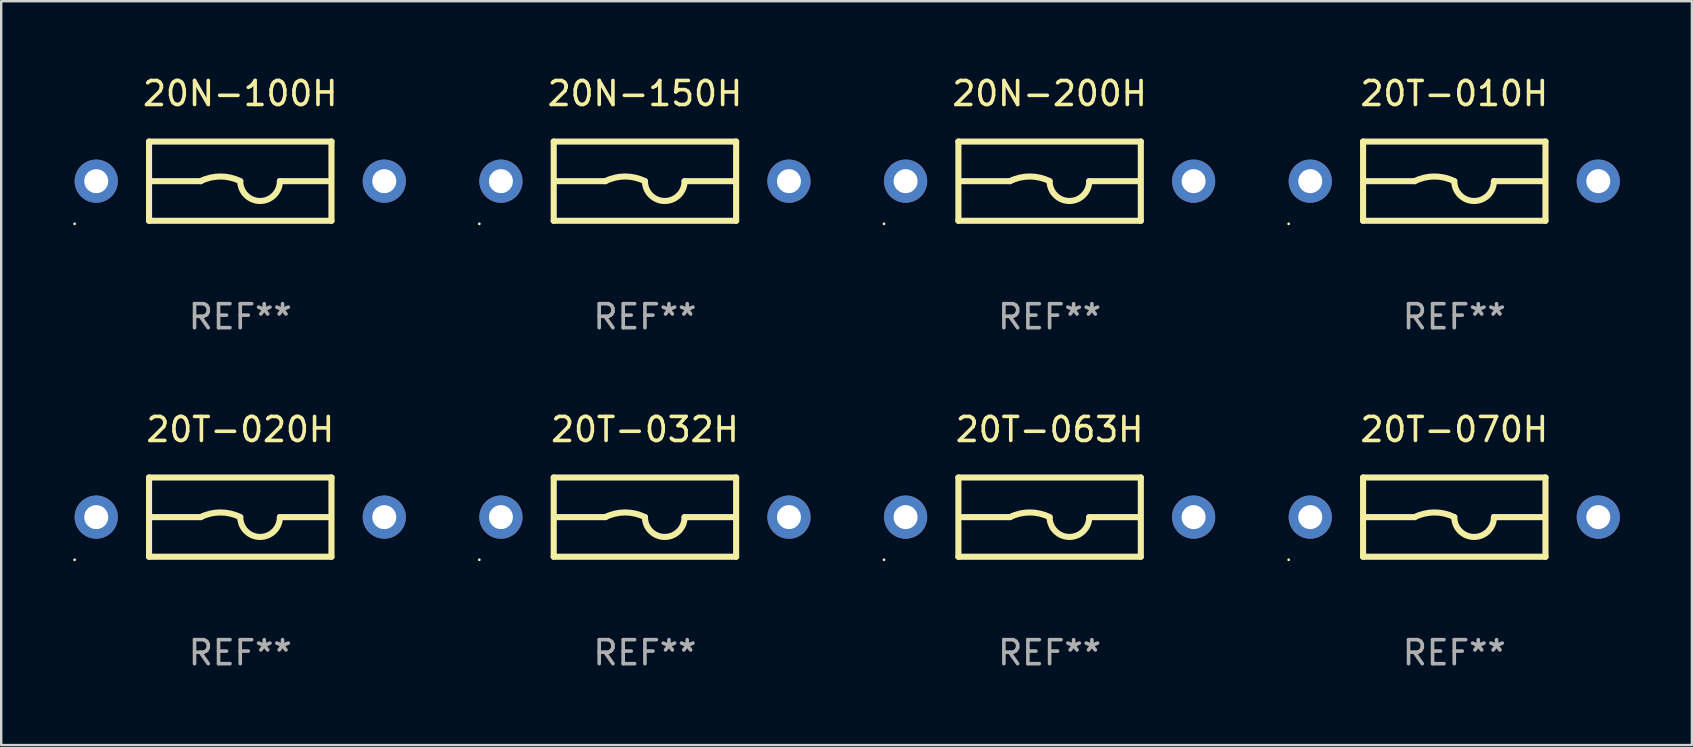
<source format=kicad_pcb>
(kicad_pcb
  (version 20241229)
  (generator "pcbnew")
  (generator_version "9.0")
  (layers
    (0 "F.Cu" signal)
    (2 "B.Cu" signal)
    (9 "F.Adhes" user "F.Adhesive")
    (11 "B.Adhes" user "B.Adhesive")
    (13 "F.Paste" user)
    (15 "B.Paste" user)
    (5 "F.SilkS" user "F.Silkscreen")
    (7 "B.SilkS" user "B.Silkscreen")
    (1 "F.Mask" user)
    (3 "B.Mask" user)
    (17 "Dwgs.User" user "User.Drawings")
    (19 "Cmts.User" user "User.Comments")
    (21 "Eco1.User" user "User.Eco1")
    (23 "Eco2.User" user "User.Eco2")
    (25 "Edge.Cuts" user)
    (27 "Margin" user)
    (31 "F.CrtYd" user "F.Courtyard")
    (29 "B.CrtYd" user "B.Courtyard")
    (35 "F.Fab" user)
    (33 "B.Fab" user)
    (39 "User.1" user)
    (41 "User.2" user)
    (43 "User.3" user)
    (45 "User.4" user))
  (footprint "20T-010H"
    (layer "F.Cu")
    (at 57.54 4.498)
    (property "Reference" "20T-010H" (at 0 -3.65 0) (layer "F.SilkS") (effects (font (size 1 1) (thickness 0.15))))
    (attr through_hole)
    (fp_line (start -3.8 -1.65) (end 3.8 -1.65) (stroke (width 0.254) (type solid)) (layer "F.SilkS"))
    (fp_line (start -3.8 1.65) (end -3.8 -1.65) (stroke (width 0.254) (type solid)) (layer "F.SilkS"))
    (fp_line (start -3.8 1.65) (end 3.8 1.65) (stroke (width 0.254) (type solid)) (layer "F.SilkS"))
    (fp_line (start -3.683 0) (end -1.651 0) (stroke (width 0.254) (type solid)) (layer "F.SilkS"))
    (fp_line (start 3.683 0) (end 1.651 0) (stroke (width 0.254) (type solid)) (layer "F.SilkS"))
    (fp_line (start 3.8 -1.65) (end 3.8 1.65) (stroke (width 0.254) (type solid)) (layer "F.SilkS"))
    (fp_arc (start -1.651003 0) (mid -0.825502 -0.194874) (end 0 0) (stroke (width 0.254001) (type solid)) (layer "F.SilkS"))
    (fp_arc (start 1.651003 0) (mid 0.825502 0.825501) (end 0.000001 0) (stroke (width 0.254001) (type solid)) (layer "F.SilkS"))
    (fp_circle (center -6.9 1.777) (end -6.87 1.777) (stroke (width 0.06) (type solid)) (fill no) (layer "F.SilkS"))
    (fp_text user "REF**" (at 0 5.65 0) (layer "F.Fab") (effects (font (size 1 1) (thickness 0.15))))
    (pad "1" thru_hole circle (at -6 0) (size 1.8 1.8) (drill 1) (layers "*.Cu" "*.Mask"))
    (pad "2" thru_hole circle (at 6 0) (size 1.8 1.8) (drill 1) (layers "*.Cu" "*.Mask")))
  (footprint "20T-070H"
    (layer "F.Cu")
    (at 57.54 18.495)
    (property "Reference" "20T-070H" (at 0 -3.65 0) (layer "F.SilkS") (effects (font (size 1 1) (thickness 0.15))))
    (attr through_hole)
    (fp_line (start -3.8 -1.65) (end 3.8 -1.65) (stroke (width 0.254) (type solid)) (layer "F.SilkS"))
    (fp_line (start -3.8 1.65) (end -3.8 -1.65) (stroke (width 0.254) (type solid)) (layer "F.SilkS"))
    (fp_line (start -3.8 1.65) (end 3.8 1.65) (stroke (width 0.254) (type solid)) (layer "F.SilkS"))
    (fp_line (start -3.683 0) (end -1.651 0) (stroke (width 0.254) (type solid)) (layer "F.SilkS"))
    (fp_line (start 3.683 0) (end 1.651 0) (stroke (width 0.254) (type solid)) (layer "F.SilkS"))
    (fp_line (start 3.8 -1.65) (end 3.8 1.65) (stroke (width 0.254) (type solid)) (layer "F.SilkS"))
    (fp_arc (start -1.651003 0) (mid -0.825502 -0.194874) (end 0 0) (stroke (width 0.254001) (type solid)) (layer "F.SilkS"))
    (fp_arc (start 1.651003 0) (mid 0.825502 0.825501) (end 0.000001 0) (stroke (width 0.254001) (type solid)) (layer "F.SilkS"))
    (fp_circle (center -6.9 1.777) (end -6.87 1.777) (stroke (width 0.06) (type solid)) (fill no) (layer "F.SilkS"))
    (fp_text user "REF**" (at 0 5.65 0) (layer "F.Fab") (effects (font (size 1 1) (thickness 0.15))))
    (pad "1" thru_hole circle (at -6 0) (size 1.8 1.8) (drill 1) (layers "*.Cu" "*.Mask"))
    (pad "2" thru_hole circle (at 6 0) (size 1.8 1.8) (drill 1) (layers "*.Cu" "*.Mask")))
  (footprint "20T-020H"
    (layer "F.Cu")
    (at 6.96 18.495)
    (property "Reference" "20T-020H" (at 0 -3.65 0) (layer "F.SilkS") (effects (font (size 1 1) (thickness 0.15))))
    (attr through_hole)
    (fp_line (start -3.8 -1.65) (end 3.8 -1.65) (stroke (width 0.254) (type solid)) (layer "F.SilkS"))
    (fp_line (start -3.8 1.65) (end -3.8 -1.65) (stroke (width 0.254) (type solid)) (layer "F.SilkS"))
    (fp_line (start -3.8 1.65) (end 3.8 1.65) (stroke (width 0.254) (type solid)) (layer "F.SilkS"))
    (fp_line (start -3.683 0) (end -1.651 0) (stroke (width 0.254) (type solid)) (layer "F.SilkS"))
    (fp_line (start 3.683 0) (end 1.651 0) (stroke (width 0.254) (type solid)) (layer "F.SilkS"))
    (fp_line (start 3.8 -1.65) (end 3.8 1.65) (stroke (width 0.254) (type solid)) (layer "F.SilkS"))
    (fp_arc (start -1.651003 0) (mid -0.825502 -0.194874) (end 0 0) (stroke (width 0.254001) (type solid)) (layer "F.SilkS"))
    (fp_arc (start 1.651003 0) (mid 0.825502 0.825501) (end 0.000001 0) (stroke (width 0.254001) (type solid)) (layer "F.SilkS"))
    (fp_circle (center -6.9 1.777) (end -6.87 1.777) (stroke (width 0.06) (type solid)) (fill no) (layer "F.SilkS"))
    (fp_text user "REF**" (at 0 5.65 0) (layer "F.Fab") (effects (font (size 1 1) (thickness 0.15))))
    (pad "1" thru_hole circle (at -6 0) (size 1.8 1.8) (drill 1) (layers "*.Cu" "*.Mask"))
    (pad "2" thru_hole circle (at 6 0) (size 1.8 1.8) (drill 1) (layers "*.Cu" "*.Mask")))
  (footprint "20N-100H"
    (layer "F.Cu")
    (at 6.96 4.498)
    (property "Reference" "20N-100H" (at 0 -3.65 0) (layer "F.SilkS") (effects (font (size 1 1) (thickness 0.15))))
    (attr through_hole)
    (fp_line (start -3.8 -1.65) (end 3.8 -1.65) (stroke (width 0.254) (type solid)) (layer "F.SilkS"))
    (fp_line (start -3.8 1.65) (end -3.8 -1.65) (stroke (width 0.254) (type solid)) (layer "F.SilkS"))
    (fp_line (start -3.8 1.65) (end 3.8 1.65) (stroke (width 0.254) (type solid)) (layer "F.SilkS"))
    (fp_line (start -3.683 0) (end -1.651 0) (stroke (width 0.254) (type solid)) (layer "F.SilkS"))
    (fp_line (start 3.683 0) (end 1.651 0) (stroke (width 0.254) (type solid)) (layer "F.SilkS"))
    (fp_line (start 3.8 -1.65) (end 3.8 1.65) (stroke (width 0.254) (type solid)) (layer "F.SilkS"))
    (fp_arc (start -1.651003 0) (mid -0.825502 -0.194874) (end 0 0) (stroke (width 0.254001) (type solid)) (layer "F.SilkS"))
    (fp_arc (start 1.651003 0) (mid 0.825502 0.825501) (end 0.000001 0) (stroke (width 0.254001) (type solid)) (layer "F.SilkS"))
    (fp_circle (center -6.9 1.777) (end -6.87 1.777) (stroke (width 0.06) (type solid)) (fill no) (layer "F.SilkS"))
    (fp_text user "REF**" (at 0 5.65 0) (layer "F.Fab") (effects (font (size 1 1) (thickness 0.15))))
    (pad "1" thru_hole circle (at -6 0) (size 1.8 1.8) (drill 1) (layers "*.Cu" "*.Mask"))
    (pad "2" thru_hole circle (at 6 0) (size 1.8 1.8) (drill 1) (layers "*.Cu" "*.Mask")))
  (footprint "20T-032H"
    (layer "F.Cu")
    (at 23.82 18.495)
    (property "Reference" "20T-032H" (at 0 -3.65 0) (layer "F.SilkS") (effects (font (size 1 1) (thickness 0.15))))
    (attr through_hole)
    (fp_line (start -3.8 -1.65) (end 3.8 -1.65) (stroke (width 0.254) (type solid)) (layer "F.SilkS"))
    (fp_line (start -3.8 1.65) (end -3.8 -1.65) (stroke (width 0.254) (type solid)) (layer "F.SilkS"))
    (fp_line (start -3.8 1.65) (end 3.8 1.65) (stroke (width 0.254) (type solid)) (layer "F.SilkS"))
    (fp_line (start -3.683 0) (end -1.651 0) (stroke (width 0.254) (type solid)) (layer "F.SilkS"))
    (fp_line (start 3.683 0) (end 1.651 0) (stroke (width 0.254) (type solid)) (layer "F.SilkS"))
    (fp_line (start 3.8 -1.65) (end 3.8 1.65) (stroke (width 0.254) (type solid)) (layer "F.SilkS"))
    (fp_arc (start -1.651003 0) (mid -0.825502 -0.194874) (end 0 0) (stroke (width 0.254001) (type solid)) (layer "F.SilkS"))
    (fp_arc (start 1.651003 0) (mid 0.825502 0.825501) (end 0.000001 0) (stroke (width 0.254001) (type solid)) (layer "F.SilkS"))
    (fp_circle (center -6.9 1.777) (end -6.87 1.777) (stroke (width 0.06) (type solid)) (fill no) (layer "F.SilkS"))
    (fp_text user "REF**" (at 0 5.65 0) (layer "F.Fab") (effects (font (size 1 1) (thickness 0.15))))
    (pad "1" thru_hole circle (at -6 0) (size 1.8 1.8) (drill 1) (layers "*.Cu" "*.Mask"))
    (pad "2" thru_hole circle (at 6 0) (size 1.8 1.8) (drill 1) (layers "*.Cu" "*.Mask")))
  (footprint "20N-200H"
    (layer "F.Cu")
    (at 40.68 4.498)
    (property "Reference" "20N-200H" (at 0 -3.65 0) (layer "F.SilkS") (effects (font (size 1 1) (thickness 0.15))))
    (attr through_hole)
    (fp_line (start -3.8 -1.65) (end 3.8 -1.65) (stroke (width 0.254) (type solid)) (layer "F.SilkS"))
    (fp_line (start -3.8 1.65) (end -3.8 -1.65) (stroke (width 0.254) (type solid)) (layer "F.SilkS"))
    (fp_line (start -3.8 1.65) (end 3.8 1.65) (stroke (width 0.254) (type solid)) (layer "F.SilkS"))
    (fp_line (start -3.683 0) (end -1.651 0) (stroke (width 0.254) (type solid)) (layer "F.SilkS"))
    (fp_line (start 3.683 0) (end 1.651 0) (stroke (width 0.254) (type solid)) (layer "F.SilkS"))
    (fp_line (start 3.8 -1.65) (end 3.8 1.65) (stroke (width 0.254) (type solid)) (layer "F.SilkS"))
    (fp_arc (start -1.651003 0) (mid -0.825502 -0.194874) (end 0 0) (stroke (width 0.254001) (type solid)) (layer "F.SilkS"))
    (fp_arc (start 1.651003 0) (mid 0.825502 0.825501) (end 0.000001 0) (stroke (width 0.254001) (type solid)) (layer "F.SilkS"))
    (fp_circle (center -6.9 1.777) (end -6.87 1.777) (stroke (width 0.06) (type solid)) (fill no) (layer "F.SilkS"))
    (fp_text user "REF**" (at 0 5.65 0) (layer "F.Fab") (effects (font (size 1 1) (thickness 0.15))))
    (pad "1" thru_hole circle (at -6 0) (size 1.8 1.8) (drill 1) (layers "*.Cu" "*.Mask"))
    (pad "2" thru_hole circle (at 6 0) (size 1.8 1.8) (drill 1) (layers "*.Cu" "*.Mask")))
  (footprint "20N-150H"
    (layer "F.Cu")
    (at 23.82 4.498)
    (property "Reference" "20N-150H" (at 0 -3.65 0) (layer "F.SilkS") (effects (font (size 1 1) (thickness 0.15))))
    (attr through_hole)
    (fp_line (start -3.8 -1.65) (end 3.8 -1.65) (stroke (width 0.254) (type solid)) (layer "F.SilkS"))
    (fp_line (start -3.8 1.65) (end -3.8 -1.65) (stroke (width 0.254) (type solid)) (layer "F.SilkS"))
    (fp_line (start -3.8 1.65) (end 3.8 1.65) (stroke (width 0.254) (type solid)) (layer "F.SilkS"))
    (fp_line (start -3.683 0) (end -1.651 0) (stroke (width 0.254) (type solid)) (layer "F.SilkS"))
    (fp_line (start 3.683 0) (end 1.651 0) (stroke (width 0.254) (type solid)) (layer "F.SilkS"))
    (fp_line (start 3.8 -1.65) (end 3.8 1.65) (stroke (width 0.254) (type solid)) (layer "F.SilkS"))
    (fp_arc (start -1.651003 0) (mid -0.825502 -0.194874) (end 0 0) (stroke (width 0.254001) (type solid)) (layer "F.SilkS"))
    (fp_arc (start 1.651003 0) (mid 0.825502 0.825501) (end 0.000001 0) (stroke (width 0.254001) (type solid)) (layer "F.SilkS"))
    (fp_circle (center -6.9 1.777) (end -6.87 1.777) (stroke (width 0.06) (type solid)) (fill no) (layer "F.SilkS"))
    (fp_text user "REF**" (at 0 5.65 0) (layer "F.Fab") (effects (font (size 1 1) (thickness 0.15))))
    (pad "1" thru_hole circle (at -6 0) (size 1.8 1.8) (drill 1) (layers "*.Cu" "*.Mask"))
    (pad "2" thru_hole circle (at 6 0) (size 1.8 1.8) (drill 1) (layers "*.Cu" "*.Mask")))
  (footprint "20T-063H"
    (layer "F.Cu")
    (at 40.68 18.495)
    (property "Reference" "20T-063H" (at 0 -3.65 0) (layer "F.SilkS") (effects (font (size 1 1) (thickness 0.15))))
    (attr through_hole)
    (fp_line (start -3.8 -1.65) (end 3.8 -1.65) (stroke (width 0.254) (type solid)) (layer "F.SilkS"))
    (fp_line (start -3.8 1.65) (end -3.8 -1.65) (stroke (width 0.254) (type solid)) (layer "F.SilkS"))
    (fp_line (start -3.8 1.65) (end 3.8 1.65) (stroke (width 0.254) (type solid)) (layer "F.SilkS"))
    (fp_line (start -3.683 0) (end -1.651 0) (stroke (width 0.254) (type solid)) (layer "F.SilkS"))
    (fp_line (start 3.683 0) (end 1.651 0) (stroke (width 0.254) (type solid)) (layer "F.SilkS"))
    (fp_line (start 3.8 -1.65) (end 3.8 1.65) (stroke (width 0.254) (type solid)) (layer "F.SilkS"))
    (fp_arc (start -1.651003 0) (mid -0.825502 -0.194874) (end 0 0) (stroke (width 0.254001) (type solid)) (layer "F.SilkS"))
    (fp_arc (start 1.651003 0) (mid 0.825502 0.825501) (end 0.000001 0) (stroke (width 0.254001) (type solid)) (layer "F.SilkS"))
    (fp_circle (center -6.9 1.777) (end -6.87 1.777) (stroke (width 0.06) (type solid)) (fill no) (layer "F.SilkS"))
    (fp_text user "REF**" (at 0 5.65 0) (layer "F.Fab") (effects (font (size 1 1) (thickness 0.15))))
    (pad "1" thru_hole circle (at -6 0) (size 1.8 1.8) (drill 1) (layers "*.Cu" "*.Mask"))
    (pad "2" thru_hole circle (at 6 0) (size 1.8 1.8) (drill 1) (layers "*.Cu" "*.Mask")))
  (gr_rect
    (start -3 -3)
    (end 67.44 27.993)
    (stroke (width 0.1) (type default))
    (fill no)
    (layer "Edge.Cuts")))
</source>
